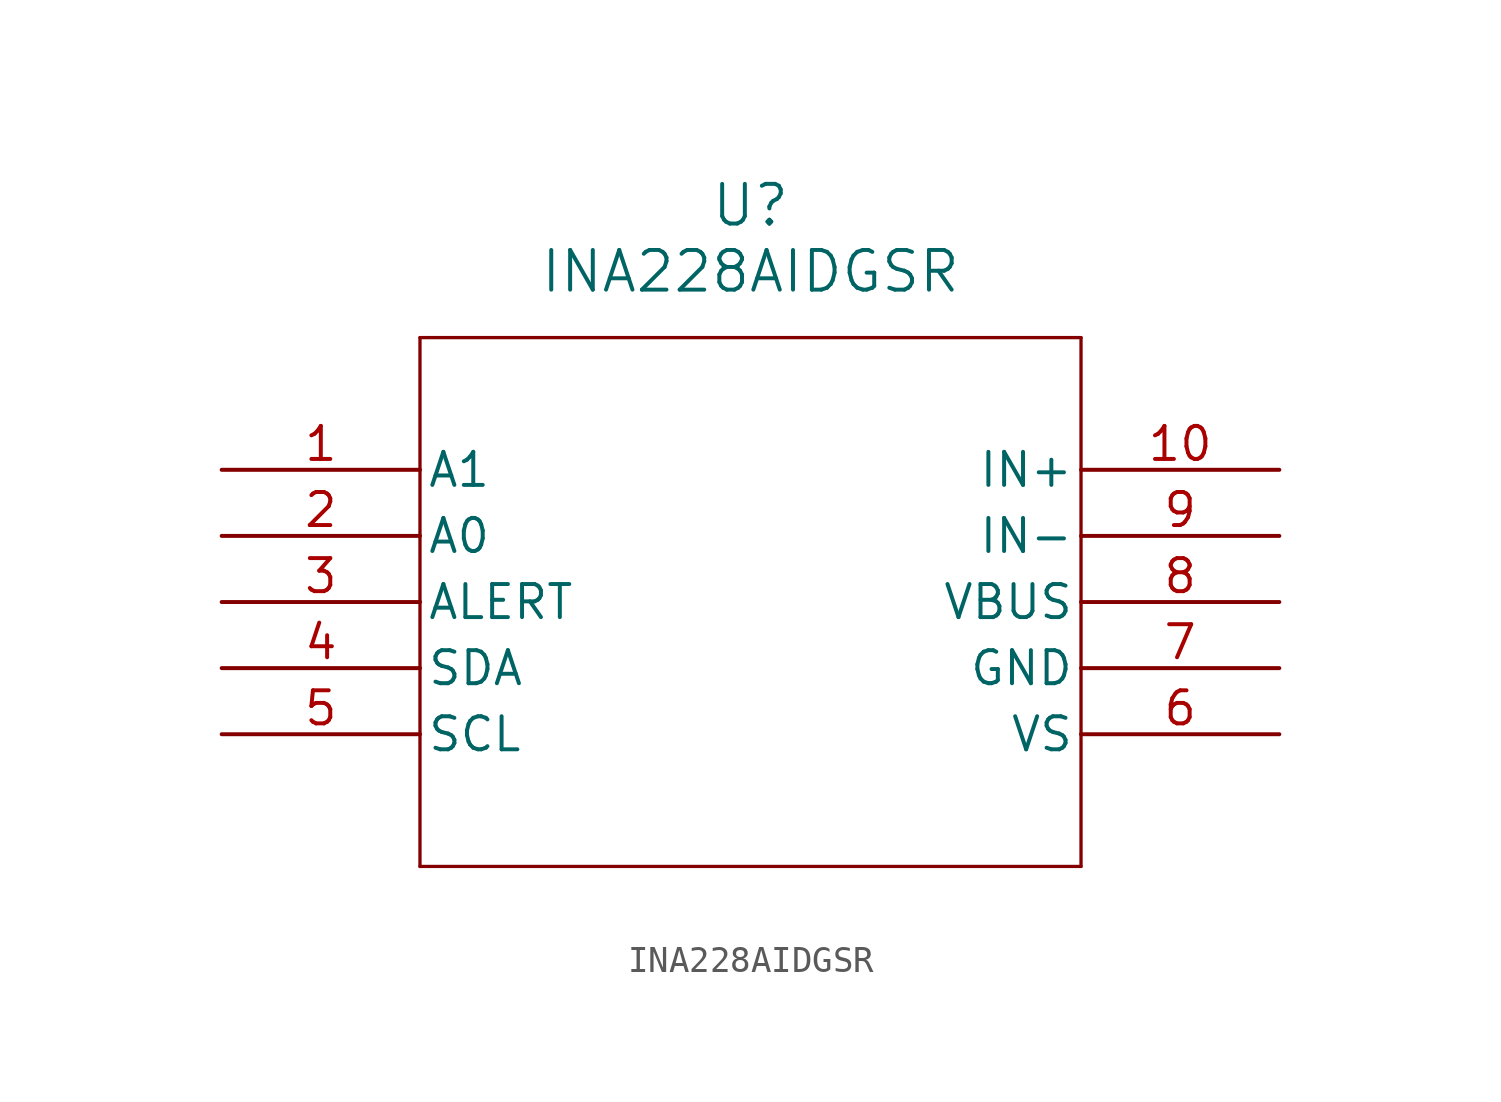
<source format=kicad_sym>
(kicad_symbol_lib
  (version 20211014)
  (generator kicad_symbol_editor)
  (symbol "INA228AIDGSR"
    (pin_names
      (offset 0.254))
    (property "Reference" "U"
      (at 20.32 10.16 0)
      (effects (font (size 1.524 1.524))))
    (property "Value" "INA228AIDGSR"
      (at 20.32 7.62 0)
      (effects (font (size 1.524 1.524))))
    (symbol "INA228AIDGSR_0_1"
      (polyline (pts (xy 7.62 5.08) (xy 7.62 -15.24)) (stroke (width 0.127) (type default) (color 0 0 0 0)) (fill (type none)))
      (polyline (pts (xy 7.62 -15.24) (xy 33.02 -15.24)) (stroke (width 0.127) (type default) (color 0 0 0 0)) (fill (type none)))
      (polyline (pts (xy 33.02 -15.24) (xy 33.02 5.08)) (stroke (width 0.127) (type default) (color 0 0 0 0)) (fill (type none)))
      (polyline (pts (xy 33.02 5.08) (xy 7.62 5.08)) (stroke (width 0.127) (type default) (color 0 0 0 0)) (fill (type none)))
      (pin input line (at 0 0 0) (length 7.62) (name "A1" (effects (font (size 1.27 1.27)))) (number "1" (effects (font (size 1.27 1.27)))))
      (pin input line (at 0 -2.54 0) (length 7.62) (name "A0" (effects (font (size 1.27 1.27)))) (number "2" (effects (font (size 1.27 1.27)))))
      (pin output line (at 0 -5.08 0) (length 7.62) (name "ALERT" (effects (font (size 1.27 1.27)))) (number "3" (effects (font (size 1.27 1.27)))))
      (pin bidirectional line (at 0 -7.62 0) (length 7.62) (name "SDA" (effects (font (size 1.27 1.27)))) (number "4" (effects (font (size 1.27 1.27)))))
      (pin input line (at 0 -10.16 0) (length 7.62) (name "SCL" (effects (font (size 1.27 1.27)))) (number "5" (effects (font (size 1.27 1.27)))))
      (pin power_in line (at 40.64 -10.16 180) (length 7.62) (name "VS" (effects (font (size 1.27 1.27)))) (number "6" (effects (font (size 1.27 1.27)))))
      (pin power_out line (at 40.64 -7.62 180) (length 7.62) (name "GND" (effects (font (size 1.27 1.27)))) (number "7" (effects (font (size 1.27 1.27)))))
      (pin power_in line (at 40.64 -5.08 180) (length 7.62) (name "VBUS" (effects (font (size 1.27 1.27)))) (number "8" (effects (font (size 1.27 1.27)))))
      (pin input line (at 40.64 -2.54 180) (length 7.62) (name "IN-" (effects (font (size 1.27 1.27)))) (number "9" (effects (font (size 1.27 1.27)))))
      (pin input line (at 40.64 0 180) (length 7.62) (name "IN+" (effects (font (size 1.27 1.27)))) (number "10" (effects (font (size 1.27 1.27))))))))
</source>
